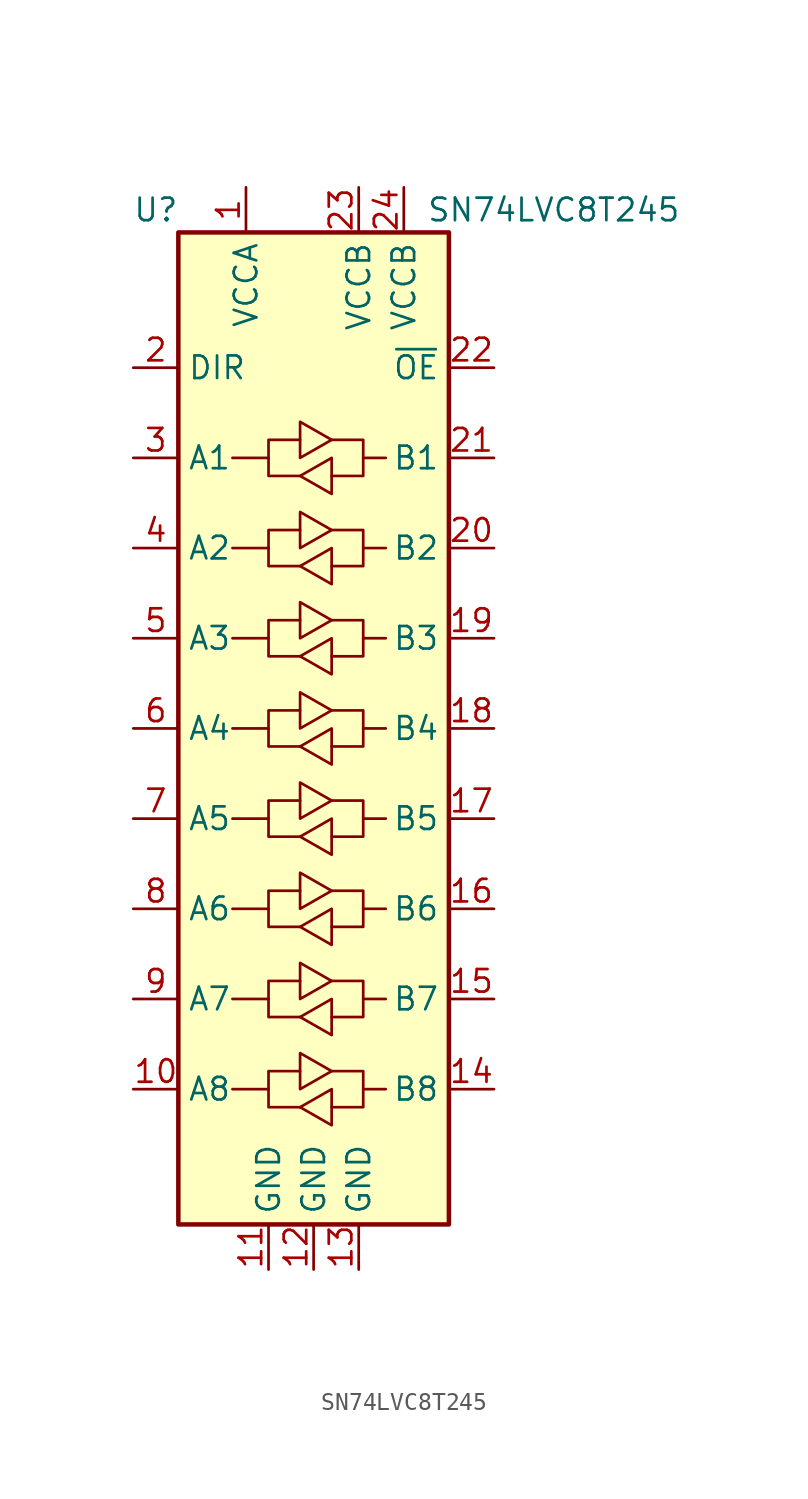
<source format=kicad_sym>
(kicad_symbol_lib
  (version 20220914)
  (generator kicad_symbol_editor)
  (symbol "SN74LVC8T245"
    (property "Reference" "U"
      (at -8.89 29.21 0)
      (effects (font (size 1.27 1.27))))
    (property "Value" "SN74LVC8T245"
      (at 6.35 29.21 0)
      (effects (font (size 1.27 1.27)) (justify left)))
    (symbol "SN74LVC8T245_0_1"
      (rectangle (start -7.62 27.94) (end 7.62 -27.94) (stroke (width 0.254) (type default)) (fill (type background)))
      (polyline (pts (xy -2.54 -15.24) (xy -2.54 -14.224) (xy -0.762 -14.224)) (stroke (width 0) (type default)) (fill (type none)))
      (polyline (pts (xy -2.54 -5.08) (xy -2.54 -4.064) (xy -0.762 -4.064)) (stroke (width 0) (type default)) (fill (type none)))
      (polyline (pts (xy -2.54 5.08) (xy -2.54 6.096) (xy -0.762 6.096)) (stroke (width 0) (type default)) (fill (type none)))
      (polyline (pts (xy -2.54 15.24) (xy -2.54 16.256) (xy -0.762 16.256)) (stroke (width 0) (type default)) (fill (type none)))
      (polyline (pts (xy 2.794 -15.24) (xy 2.794 -16.256) (xy 1.016 -16.256)) (stroke (width 0) (type default)) (fill (type none)))
      (polyline (pts (xy 2.794 -5.08) (xy 2.794 -6.096) (xy 1.016 -6.096)) (stroke (width 0) (type default)) (fill (type none)))
      (polyline (pts (xy 2.794 5.08) (xy 2.794 4.064) (xy 1.016 4.064)) (stroke (width 0) (type default)) (fill (type none)))
      (polyline (pts (xy 2.794 15.24) (xy 2.794 14.224) (xy 1.016 14.224)) (stroke (width 0) (type default)) (fill (type none)))
      (polyline (pts (xy -0.762 -16.256) (xy -2.54 -16.256) (xy -2.54 -15.24) (xy -4.572 -15.24)) (stroke (width 0) (type default)) (fill (type none)))
      (polyline (pts (xy -0.762 -15.24) (xy -0.762 -13.208) (xy 1.016 -14.224) (xy -0.762 -15.24)) (stroke (width 0) (type default)) (fill (type none)))
      (polyline (pts (xy -0.762 -6.096) (xy -2.54 -6.096) (xy -2.54 -5.08) (xy -4.572 -5.08)) (stroke (width 0) (type default)) (fill (type none)))
      (polyline (pts (xy -0.762 -5.08) (xy -0.762 -3.048) (xy 1.016 -4.064) (xy -0.762 -5.08)) (stroke (width 0) (type default)) (fill (type none)))
      (polyline (pts (xy -0.762 4.064) (xy -2.54 4.064) (xy -2.54 5.08) (xy -4.572 5.08)) (stroke (width 0) (type default)) (fill (type none)))
      (polyline (pts (xy -0.762 5.08) (xy -0.762 7.112) (xy 1.016 6.096) (xy -0.762 5.08)) (stroke (width 0) (type default)) (fill (type none)))
      (polyline (pts (xy -0.762 14.224) (xy -2.54 14.224) (xy -2.54 15.24) (xy -4.572 15.24)) (stroke (width 0) (type default)) (fill (type none)))
      (polyline (pts (xy -0.762 15.24) (xy -0.762 17.272) (xy 1.016 16.256) (xy -0.762 15.24)) (stroke (width 0) (type default)) (fill (type none)))
      (polyline (pts (xy 1.016 -14.224) (xy 2.794 -14.224) (xy 2.794 -15.24) (xy 4.064 -15.24)) (stroke (width 0) (type default)) (fill (type none)))
      (polyline (pts (xy 1.016 -4.064) (xy 2.794 -4.064) (xy 2.794 -5.08) (xy 4.064 -5.08)) (stroke (width 0) (type default)) (fill (type none)))
      (polyline (pts (xy 1.016 6.096) (xy 2.794 6.096) (xy 2.794 5.08) (xy 4.064 5.08)) (stroke (width 0) (type default)) (fill (type none)))
      (polyline (pts (xy 1.016 16.256) (xy 2.794 16.256) (xy 2.794 15.24) (xy 4.064 15.24)) (stroke (width 0) (type default)) (fill (type none)))
      (polyline (pts (xy 1.016 -15.24) (xy 1.016 -17.018) (xy 1.016 -17.272) (xy -0.762 -16.256) (xy 1.016 -15.24)) (stroke (width 0) (type default)) (fill (type none)))
      (polyline (pts (xy 1.016 -5.08) (xy 1.016 -6.858) (xy 1.016 -7.112) (xy -0.762 -6.096) (xy 1.016 -5.08)) (stroke (width 0) (type default)) (fill (type none)))
      (polyline (pts (xy 1.016 5.08) (xy 1.016 3.302) (xy 1.016 3.048) (xy -0.762 4.064) (xy 1.016 5.08)) (stroke (width 0) (type default)) (fill (type none)))
      (polyline (pts (xy 1.016 15.24) (xy 1.016 13.462) (xy 1.016 13.208) (xy -0.762 14.224) (xy 1.016 15.24)) (stroke (width 0) (type default)) (fill (type none))))
    (symbol "SN74LVC8T245_1_1"
      (polyline (pts (xy -2.54 -20.32) (xy -2.54 -19.304) (xy -0.762 -19.304)) (stroke (width 0) (type default)) (fill (type none)))
      (polyline (pts (xy -2.54 -10.16) (xy -2.54 -9.144) (xy -0.762 -9.144)) (stroke (width 0) (type default)) (fill (type none)))
      (polyline (pts (xy -2.54 0) (xy -2.54 1.016) (xy -0.762 1.016)) (stroke (width 0) (type default)) (fill (type none)))
      (polyline (pts (xy -2.54 10.16) (xy -2.54 11.176) (xy -0.762 11.176)) (stroke (width 0) (type default)) (fill (type none)))
      (polyline (pts (xy 2.794 -20.32) (xy 2.794 -21.336) (xy 1.016 -21.336)) (stroke (width 0) (type default)) (fill (type none)))
      (polyline (pts (xy 2.794 -10.16) (xy 2.794 -11.176) (xy 1.016 -11.176)) (stroke (width 0) (type default)) (fill (type none)))
      (polyline (pts (xy 2.794 0) (xy 2.794 -1.016) (xy 1.016 -1.016)) (stroke (width 0) (type default)) (fill (type none)))
      (polyline (pts (xy 2.794 10.16) (xy 2.794 9.144) (xy 1.016 9.144)) (stroke (width 0) (type default)) (fill (type none)))
      (polyline (pts (xy -0.762 -21.336) (xy -2.54 -21.336) (xy -2.54 -20.32) (xy -4.572 -20.32)) (stroke (width 0) (type default)) (fill (type none)))
      (polyline (pts (xy -0.762 -20.32) (xy -0.762 -18.288) (xy 1.016 -19.304) (xy -0.762 -20.32)) (stroke (width 0) (type default)) (fill (type none)))
      (polyline (pts (xy -0.762 -11.176) (xy -2.54 -11.176) (xy -2.54 -10.16) (xy -4.572 -10.16)) (stroke (width 0) (type default)) (fill (type none)))
      (polyline (pts (xy -0.762 -10.16) (xy -0.762 -8.128) (xy 1.016 -9.144) (xy -0.762 -10.16)) (stroke (width 0) (type default)) (fill (type none)))
      (polyline (pts (xy -0.762 -1.016) (xy -2.54 -1.016) (xy -2.54 0) (xy -4.572 0)) (stroke (width 0) (type default)) (fill (type none)))
      (polyline (pts (xy -0.762 0) (xy -0.762 2.032) (xy 1.016 1.016) (xy -0.762 0)) (stroke (width 0) (type default)) (fill (type none)))
      (polyline (pts (xy -0.762 9.144) (xy -2.54 9.144) (xy -2.54 10.16) (xy -4.572 10.16)) (stroke (width 0) (type default)) (fill (type none)))
      (polyline (pts (xy -0.762 10.16) (xy -0.762 12.192) (xy 1.016 11.176) (xy -0.762 10.16)) (stroke (width 0) (type default)) (fill (type none)))
      (polyline (pts (xy 1.016 -19.304) (xy 2.794 -19.304) (xy 2.794 -20.32) (xy 4.064 -20.32)) (stroke (width 0) (type default)) (fill (type none)))
      (polyline (pts (xy 1.016 -9.144) (xy 2.794 -9.144) (xy 2.794 -10.16) (xy 4.064 -10.16)) (stroke (width 0) (type default)) (fill (type none)))
      (polyline (pts (xy 1.016 1.016) (xy 2.794 1.016) (xy 2.794 0) (xy 4.064 0)) (stroke (width 0) (type default)) (fill (type none)))
      (polyline (pts (xy 1.016 11.176) (xy 2.794 11.176) (xy 2.794 10.16) (xy 4.064 10.16)) (stroke (width 0) (type default)) (fill (type none)))
      (polyline (pts (xy 1.016 -20.32) (xy 1.016 -22.098) (xy 1.016 -22.352) (xy -0.762 -21.336) (xy 1.016 -20.32)) (stroke (width 0) (type default)) (fill (type none)))
      (polyline (pts (xy 1.016 -10.16) (xy 1.016 -11.938) (xy 1.016 -12.192) (xy -0.762 -11.176) (xy 1.016 -10.16)) (stroke (width 0) (type default)) (fill (type none)))
      (polyline (pts (xy 1.016 0) (xy 1.016 -1.778) (xy 1.016 -2.032) (xy -0.762 -1.016) (xy 1.016 0)) (stroke (width 0) (type default)) (fill (type none)))
      (polyline (pts (xy 1.016 10.16) (xy 1.016 8.382) (xy 1.016 8.128) (xy -0.762 9.144) (xy 1.016 10.16)) (stroke (width 0) (type default)) (fill (type none)))
      (pin power_in line (at -3.81 30.48 270) (length 2.54) (name "VCCA" (effects (font (size 1.27 1.27)))) (number "1" (effects (font (size 1.27 1.27)))))
      (pin bidirectional line (at -10.16 -20.32 0) (length 2.54) (name "A8" (effects (font (size 1.27 1.27)))) (number "10" (effects (font (size 1.27 1.27)))))
      (pin power_in line (at -2.54 -30.48 90) (length 2.54) (name "GND" (effects (font (size 1.27 1.27)))) (number "11" (effects (font (size 1.27 1.27)))))
      (pin power_in line (at 0 -30.48 90) (length 2.54) (name "GND" (effects (font (size 1.27 1.27)))) (number "12" (effects (font (size 1.27 1.27)))))
      (pin power_in line (at 2.54 -30.48 90) (length 2.54) (name "GND" (effects (font (size 1.27 1.27)))) (number "13" (effects (font (size 1.27 1.27)))))
      (pin bidirectional line (at 10.16 -20.32 180) (length 2.54) (name "B8" (effects (font (size 1.27 1.27)))) (number "14" (effects (font (size 1.27 1.27)))))
      (pin bidirectional line (at 10.16 -15.24 180) (length 2.54) (name "B7" (effects (font (size 1.27 1.27)))) (number "15" (effects (font (size 1.27 1.27)))))
      (pin bidirectional line (at 10.16 -10.16 180) (length 2.54) (name "B6" (effects (font (size 1.27 1.27)))) (number "16" (effects (font (size 1.27 1.27)))))
      (pin bidirectional line (at 10.16 -5.08 180) (length 2.54) (name "B5" (effects (font (size 1.27 1.27)))) (number "17" (effects (font (size 1.27 1.27)))))
      (pin bidirectional line (at 10.16 0 180) (length 2.54) (name "B4" (effects (font (size 1.27 1.27)))) (number "18" (effects (font (size 1.27 1.27)))))
      (pin bidirectional line (at 10.16 5.08 180) (length 2.54) (name "B3" (effects (font (size 1.27 1.27)))) (number "19" (effects (font (size 1.27 1.27)))))
      (pin input line (at -10.16 20.32 0) (length 2.54) (name "DIR" (effects (font (size 1.27 1.27)))) (number "2" (effects (font (size 1.27 1.27)))))
      (pin bidirectional line (at 10.16 10.16 180) (length 2.54) (name "B2" (effects (font (size 1.27 1.27)))) (number "20" (effects (font (size 1.27 1.27)))))
      (pin bidirectional line (at 10.16 15.24 180) (length 2.54) (name "B1" (effects (font (size 1.27 1.27)))) (number "21" (effects (font (size 1.27 1.27)))))
      (pin input line (at 10.16 20.32 180) (length 2.54) (name "~{OE}" (effects (font (size 1.27 1.27)))) (number "22" (effects (font (size 1.27 1.27)))))
      (pin power_in line (at 2.54 30.48 270) (length 2.54) (name "VCCB" (effects (font (size 1.27 1.27)))) (number "23" (effects (font (size 1.27 1.27)))))
      (pin power_in line (at 5.08 30.48 270) (length 2.54) (name "VCCB" (effects (font (size 1.27 1.27)))) (number "24" (effects (font (size 1.27 1.27)))))
      (pin bidirectional line (at -10.16 15.24 0) (length 2.54) (name "A1" (effects (font (size 1.27 1.27)))) (number "3" (effects (font (size 1.27 1.27)))))
      (pin bidirectional line (at -10.16 10.16 0) (length 2.54) (name "A2" (effects (font (size 1.27 1.27)))) (number "4" (effects (font (size 1.27 1.27)))))
      (pin bidirectional line (at -10.16 5.08 0) (length 2.54) (name "A3" (effects (font (size 1.27 1.27)))) (number "5" (effects (font (size 1.27 1.27)))))
      (pin bidirectional line (at -10.16 0 0) (length 2.54) (name "A4" (effects (font (size 1.27 1.27)))) (number "6" (effects (font (size 1.27 1.27)))))
      (pin bidirectional line (at -10.16 -5.08 0) (length 2.54) (name "A5" (effects (font (size 1.27 1.27)))) (number "7" (effects (font (size 1.27 1.27)))))
      (pin bidirectional line (at -10.16 -10.16 0) (length 2.54) (name "A6" (effects (font (size 1.27 1.27)))) (number "8" (effects (font (size 1.27 1.27)))))
      (pin bidirectional line (at -10.16 -15.24 0) (length 2.54) (name "A7" (effects (font (size 1.27 1.27)))) (number "9" (effects (font (size 1.27 1.27))))))))
</source>
